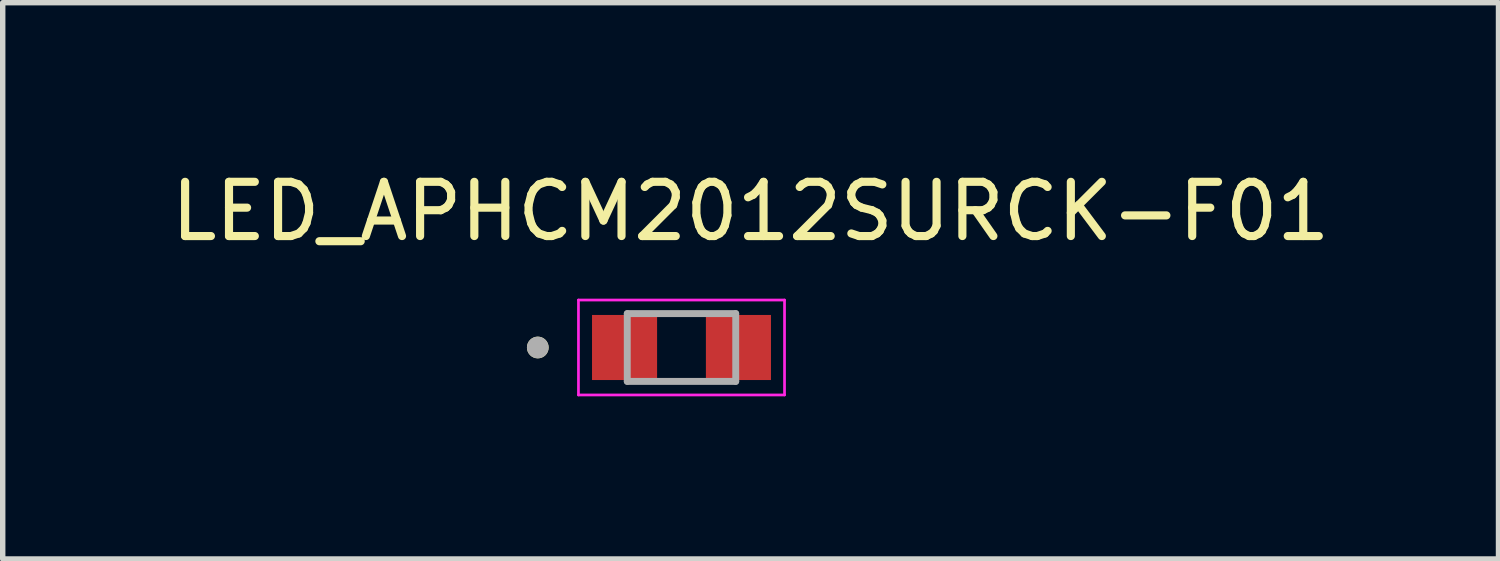
<source format=kicad_pcb>
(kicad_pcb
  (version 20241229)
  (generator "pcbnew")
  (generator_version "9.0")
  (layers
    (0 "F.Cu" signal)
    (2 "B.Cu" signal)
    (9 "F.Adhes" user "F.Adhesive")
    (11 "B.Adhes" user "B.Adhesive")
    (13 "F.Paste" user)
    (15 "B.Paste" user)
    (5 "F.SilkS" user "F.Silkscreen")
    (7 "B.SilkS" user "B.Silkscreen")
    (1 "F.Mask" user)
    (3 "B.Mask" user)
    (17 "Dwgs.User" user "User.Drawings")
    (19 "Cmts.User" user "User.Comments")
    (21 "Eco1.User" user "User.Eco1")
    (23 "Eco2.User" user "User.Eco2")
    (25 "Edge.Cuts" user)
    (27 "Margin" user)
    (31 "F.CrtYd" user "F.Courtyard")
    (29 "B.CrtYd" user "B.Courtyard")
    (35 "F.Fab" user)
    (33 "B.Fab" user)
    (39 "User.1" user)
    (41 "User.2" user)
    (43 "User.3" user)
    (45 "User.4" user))
  (footprint "LED_APHCM2012SURCK-F01"
    (layer "F.Cu")
    (at 9.517 3.358)
    (property "Reference" "LED_APHCM2012SURCK-F01" (at 1.275 -2.51 0) (layer "F.SilkS") (effects (font (size 1 1) (thickness 0.15))))
    (attr smd)
    (fp_circle (center -2.65 0) (end -2.55 0) (stroke (width 0.2) (type solid)) (fill no) (layer "F.SilkS"))
    (fp_line (start -1.9 -0.875) (end -1.9 0.875) (stroke (width 0.05) (type solid)) (layer "F.CrtYd"))
    (fp_line (start -1.9 0.875) (end 1.9 0.875) (stroke (width 0.05) (type solid)) (layer "F.CrtYd"))
    (fp_line (start 1.9 -0.875) (end -1.9 -0.875) (stroke (width 0.05) (type solid)) (layer "F.CrtYd"))
    (fp_line (start 1.9 0.875) (end 1.9 -0.875) (stroke (width 0.05) (type solid)) (layer "F.CrtYd"))
    (fp_line (start -1 -0.625) (end 1 -0.625) (stroke (width 0.127) (type solid)) (layer "F.Fab"))
    (fp_line (start -1 0.625) (end -1 -0.625) (stroke (width 0.127) (type solid)) (layer "F.Fab"))
    (fp_line (start 1 -0.625) (end 1 0.625) (stroke (width 0.127) (type solid)) (layer "F.Fab"))
    (fp_line (start 1 0.625) (end -1 0.625) (stroke (width 0.127) (type solid)) (layer "F.Fab"))
    (fp_circle (center -2.65 0) (end -2.55 0) (stroke (width 0.2) (type solid)) (fill no) (layer "F.Fab"))
    (pad "1" smd rect (at -1.05 0) (size 1.2 1.2) (layers "F.Cu" "F.Mask" "F.Paste"))
    (pad "2" smd rect (at 1.05 0) (size 1.2 1.2) (layers "F.Cu" "F.Mask" "F.Paste")))
  (gr_rect
    (start -3 -3)
    (end 24.583 7.258)
    (stroke (width 0.1) (type default))
    (fill no)
    (layer "Edge.Cuts")))
</source>
